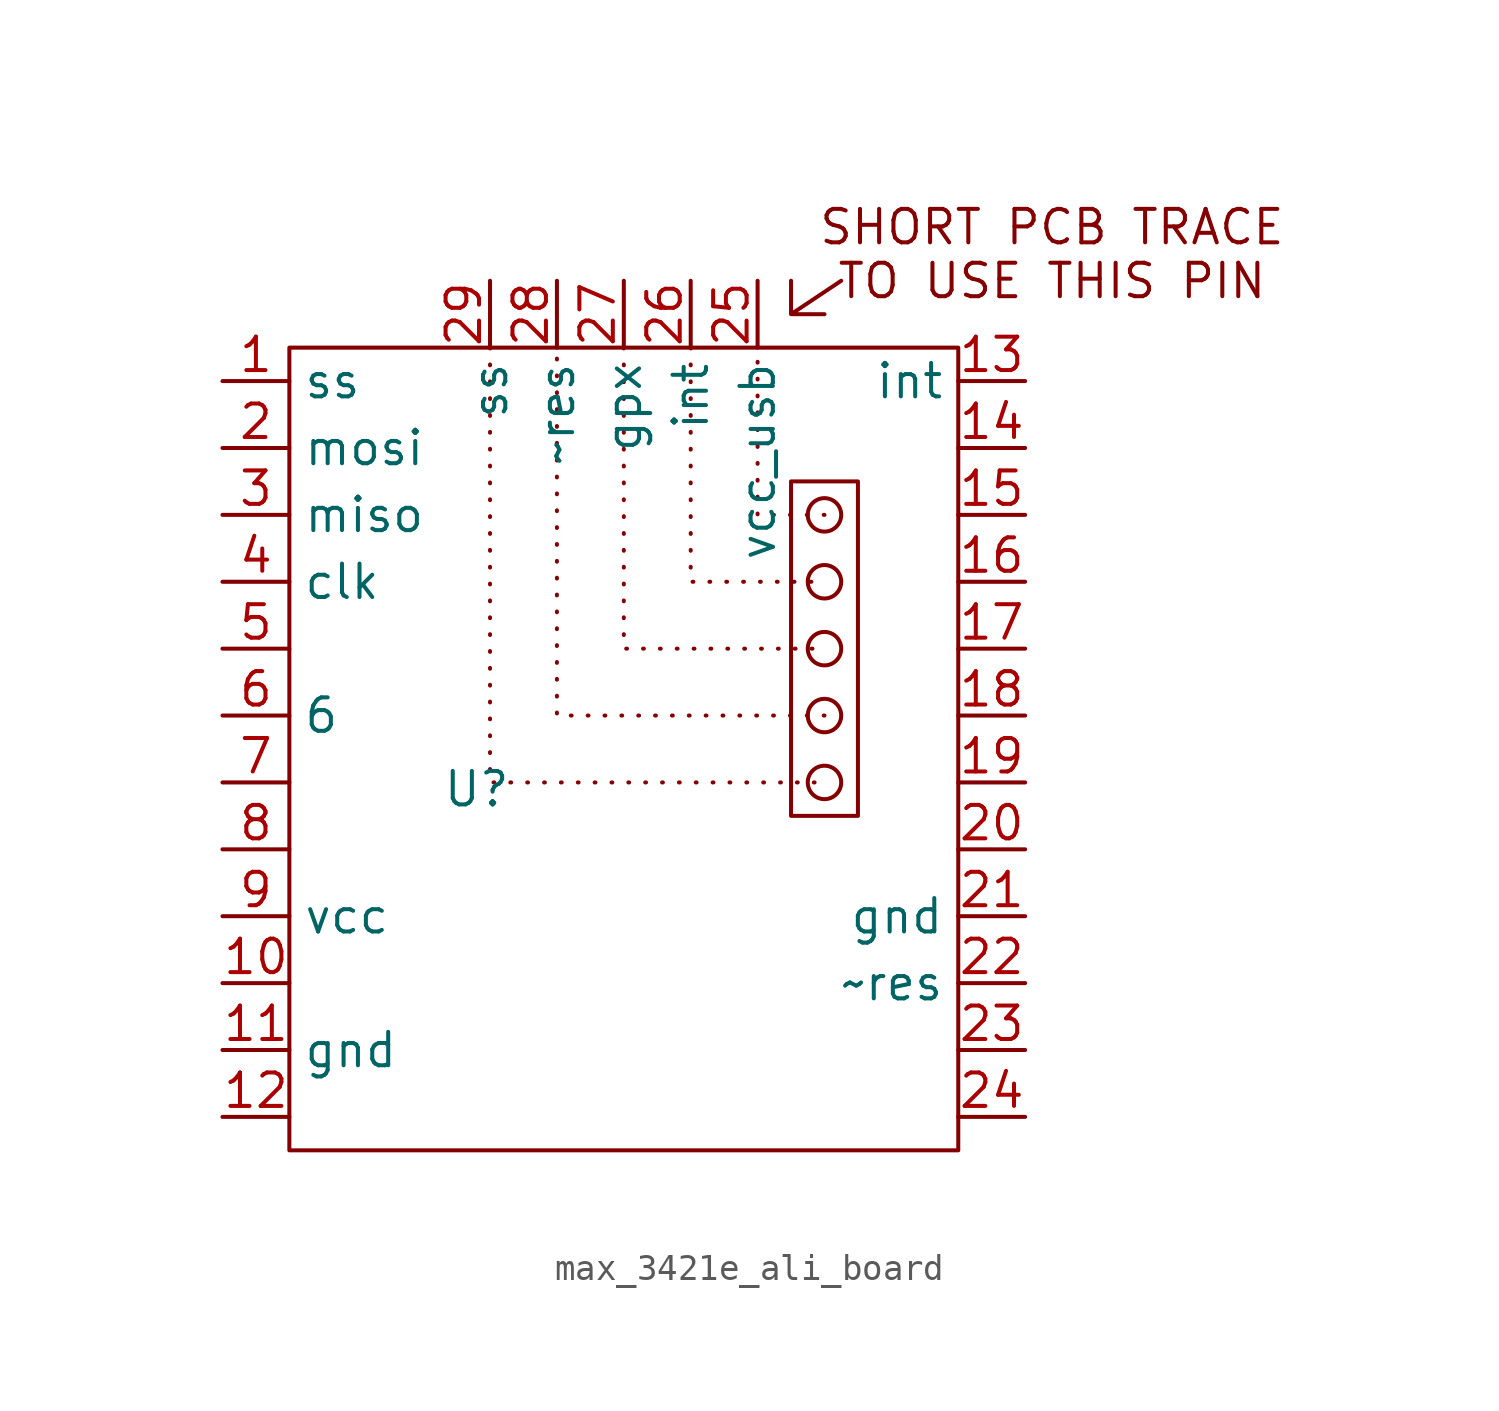
<source format=kicad_sym>
(kicad_symbol_lib
  (version 20241209)
  (generator "kicad_symbol_editor")
  (generator_version "9.0")
  (symbol "max_3421e_ali_board"
    (property "Reference" "U"
      (at 4.572 -9.144 0)
      (effects (font (size 1.27 1.27))))
    (property "Value" ""
      (at 0 0 0)
      (effects (font (size 1.27 1.27))))
    (symbol "max_3421e_ali_board_0_1"
      (rectangle (start -2.54 7.62) (end 22.86 -22.86) (stroke (width 0) (type default)) (fill (type none)))
      (rectangle (start 16.51 2.54) (end 19.05 -10.16) (stroke (width 0) (type default)) (fill (type none)))
      (polyline (pts (xy 18.415 10.16) (xy 16.51 8.89) (xy 16.51 10.16) (xy 16.51 8.89) (xy 17.78 8.89)) (stroke (width 0) (type default)) (fill (type none))))
    (symbol "max_3421e_ali_board_1_1"
      (polyline (pts (xy 5.08 7.62) (xy 5.08 -8.89) (xy 17.78 -8.89)) (stroke (width 0) (type dot)) (fill (type none)))
      (polyline (pts (xy 10.16 7.62) (xy 10.16 -3.81) (xy 17.78 -3.81)) (stroke (width 0) (type dot)) (fill (type none)))
      (polyline (pts (xy 12.7 7.62) (xy 12.7 -1.27) (xy 17.78 -1.27)) (stroke (width 0) (type dot)) (fill (type none)))
      (polyline (pts (xy 17.78 1.27) (xy 15.24 1.27) (xy 15.24 7.62)) (stroke (width 0) (type dot)) (fill (type none)))
      (circle (center 17.78 1.27) (radius 0.635) (stroke (width 0) (type solid)) (fill (type none)))
      (circle (center 17.78 -1.27) (radius 0.635) (stroke (width 0) (type solid)) (fill (type none)))
      (circle (center 17.78 -3.81) (radius 0.635) (stroke (width 0) (type solid)) (fill (type none)))
      (polyline (pts (xy 17.78 -6.35) (xy 8.89 -6.35) (xy 7.62 -6.35) (xy 7.62 7.62)) (stroke (width 0) (type dot)) (fill (type none)))
      (circle (center 17.78 -6.35) (radius 0.635) (stroke (width 0) (type solid)) (fill (type none)))
      (circle (center 17.78 -8.89) (radius 0.635) (stroke (width 0) (type solid)) (fill (type none)))
      (text "SHORT PCB TRACE\nTO USE THIS PIN" (at 26.416 11.176 0) (effects (font (size 1.27 1.27))))
      (pin input line (at -5.08 6.35 0) (length 2.54) (name "ss" (effects (font (size 1.27 1.27)))) (number "1" (effects (font (size 1.27 1.27)))))
      (pin input line (at -5.08 3.81 0) (length 2.54) (name "mosi" (effects (font (size 1.27 1.27)))) (number "2" (effects (font (size 1.27 1.27)))))
      (pin input line (at -5.08 1.27 0) (length 2.54) (name "miso" (effects (font (size 1.27 1.27)))) (number "3" (effects (font (size 1.27 1.27)))))
      (pin input line (at -5.08 -1.27 0) (length 2.54) (name "clk" (effects (font (size 1.27 1.27)))) (number "4" (effects (font (size 1.27 1.27)))))
      (pin input line (at -5.08 -3.81 0) (length 2.54) (name "" (effects (font (size 1.27 1.27)))) (number "5" (effects (font (size 1.27 1.27)))))
      (pin input line (at -5.08 -6.35 0) (length 2.54) (name "6" (effects (font (size 1.27 1.27)))) (number "6" (effects (font (size 1.27 1.27)))))
      (pin input line (at -5.08 -8.89 0) (length 2.54) (name "" (effects (font (size 1.27 1.27)))) (number "7" (effects (font (size 1.27 1.27)))))
      (pin input line (at -5.08 -11.43 0) (length 2.54) (name "" (effects (font (size 1.27 1.27)))) (number "8" (effects (font (size 1.27 1.27)))))
      (pin input line (at -5.08 -13.97 0) (length 2.54) (name "vcc" (effects (font (size 1.27 1.27)))) (number "9" (effects (font (size 1.27 1.27)))))
      (pin input line (at -5.08 -16.51 0) (length 2.54) (name "" (effects (font (size 1.27 1.27)))) (number "10" (effects (font (size 1.27 1.27)))))
      (pin input line (at -5.08 -19.05 0) (length 2.54) (name "gnd" (effects (font (size 1.27 1.27)))) (number "11" (effects (font (size 1.27 1.27)))))
      (pin input line (at -5.08 -21.59 0) (length 2.54) (name "" (effects (font (size 1.27 1.27)))) (number "12" (effects (font (size 1.27 1.27)))))
      (pin input line (at 5.08 10.16 270) (length 2.54) (name "ss" (effects (font (size 1.27 1.27)))) (number "29" (effects (font (size 1.27 1.27)))))
      (pin input line (at 7.62 10.16 270) (length 2.54) (name "~res" (effects (font (size 1.27 1.27)))) (number "28" (effects (font (size 1.27 1.27)))))
      (pin input line (at 10.16 10.16 270) (length 2.54) (name "gpx" (effects (font (size 1.27 1.27)))) (number "27" (effects (font (size 1.27 1.27)))))
      (pin input line (at 12.7 10.16 270) (length 2.54) (name "int" (effects (font (size 1.27 1.27)))) (number "26" (effects (font (size 1.27 1.27)))))
      (pin input line (at 15.24 10.16 270) (length 2.54) (name "vcc_usb" (effects (font (size 1.27 1.27)))) (number "25" (effects (font (size 1.27 1.27)))))
      (pin input line (at 25.4 6.35 180) (length 2.54) (name "int" (effects (font (size 1.27 1.27)))) (number "13" (effects (font (size 1.27 1.27)))))
      (pin input line (at 25.4 3.81 180) (length 2.54) (name "" (effects (font (size 1.27 1.27)))) (number "14" (effects (font (size 1.27 1.27)))))
      (pin input line (at 25.4 1.27 180) (length 2.54) (name "" (effects (font (size 1.27 1.27)))) (number "15" (effects (font (size 1.27 1.27)))))
      (pin input line (at 25.4 -1.27 180) (length 2.54) (name "" (effects (font (size 1.27 1.27)))) (number "16" (effects (font (size 1.27 1.27)))))
      (pin input line (at 25.4 -3.81 180) (length 2.54) (name "" (effects (font (size 1.27 1.27)))) (number "17" (effects (font (size 1.27 1.27)))))
      (pin input line (at 25.4 -6.35 180) (length 2.54) (name "" (effects (font (size 1.27 1.27)))) (number "18" (effects (font (size 1.27 1.27)))))
      (pin input line (at 25.4 -8.89 180) (length 2.54) (name "" (effects (font (size 1.27 1.27)))) (number "19" (effects (font (size 1.27 1.27)))))
      (pin input line (at 25.4 -11.43 180) (length 2.54) (name "" (effects (font (size 1.27 1.27)))) (number "20" (effects (font (size 1.27 1.27)))))
      (pin input line (at 25.4 -13.97 180) (length 2.54) (name "gnd" (effects (font (size 1.27 1.27)))) (number "21" (effects (font (size 1.27 1.27)))))
      (pin input line (at 25.4 -16.51 180) (length 2.54) (name "~res" (effects (font (size 1.27 1.27)))) (number "22" (effects (font (size 1.27 1.27)))))
      (pin input line (at 25.4 -19.05 180) (length 2.54) (name "" (effects (font (size 1.27 1.27)))) (number "23" (effects (font (size 1.27 1.27)))))
      (pin input line (at 25.4 -21.59 180) (length 2.54) (name "" (effects (font (size 1.27 1.27)))) (number "24" (effects (font (size 1.27 1.27))))))))
</source>
